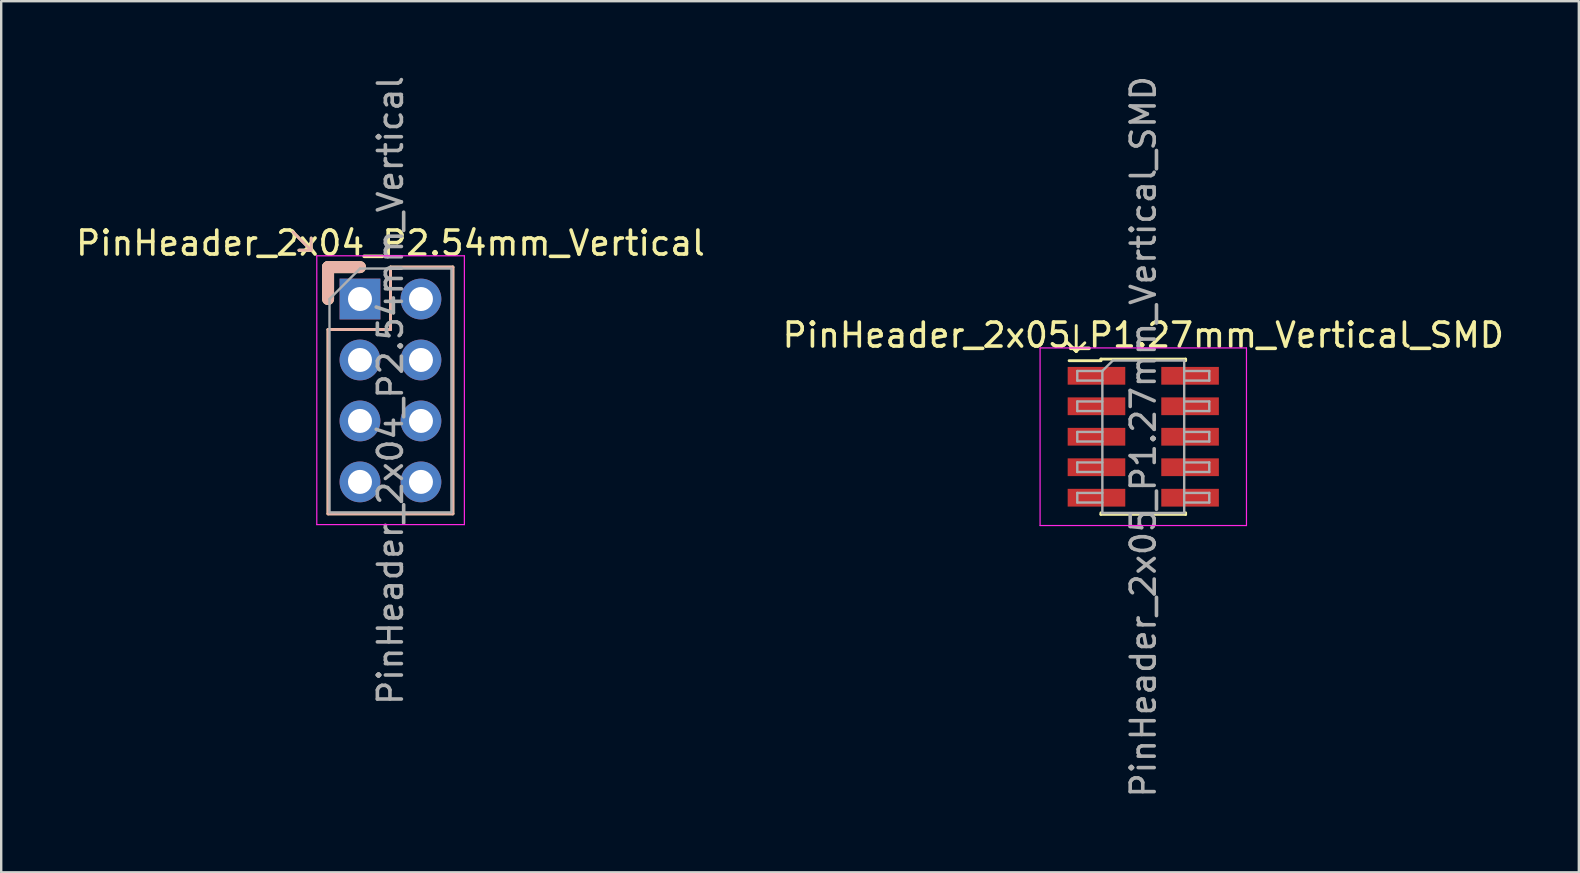
<source format=kicad_pcb>
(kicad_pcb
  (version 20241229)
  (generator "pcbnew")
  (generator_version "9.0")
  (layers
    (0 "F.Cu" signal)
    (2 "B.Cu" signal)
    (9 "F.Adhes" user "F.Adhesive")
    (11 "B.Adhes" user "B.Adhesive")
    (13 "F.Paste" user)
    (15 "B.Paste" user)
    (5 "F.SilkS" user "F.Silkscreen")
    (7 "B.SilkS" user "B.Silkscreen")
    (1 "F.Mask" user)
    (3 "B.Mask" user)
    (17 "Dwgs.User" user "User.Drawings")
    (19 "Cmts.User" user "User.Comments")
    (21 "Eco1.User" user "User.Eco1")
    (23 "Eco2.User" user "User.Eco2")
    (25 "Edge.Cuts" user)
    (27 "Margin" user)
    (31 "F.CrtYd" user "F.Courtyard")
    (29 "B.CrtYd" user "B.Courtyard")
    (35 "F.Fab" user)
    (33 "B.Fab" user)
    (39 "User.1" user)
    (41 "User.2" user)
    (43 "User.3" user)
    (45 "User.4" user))
  (footprint "PinHeader_2x04_P2.54mm_Vertical"
    (layer "F.Cu")
    (at 11.95 9.41)
    (property "Reference" "PinHeader_2x04_P2.54mm_Vertical" (at 1.27 -2.33 0) (unlocked yes) (layer "F.SilkS") (effects (font (size 1 1) (thickness 0.15))))
    (attr through_hole)
    (fp_line (start -2.54 -2.032) (end -2.032 -2.032) (stroke (width 0.12) (type solid)) (layer "F.SilkS"))
    (fp_line (start -2.032 -2.032) (end -2.794 -2.794) (stroke (width 0.12) (type solid)) (layer "F.SilkS"))
    (fp_line (start -2.032 -2.032) (end -2.54 -2.032) (stroke (width 0.12) (type solid)) (layer "F.SilkS"))
    (fp_line (start -2.032 -2.032) (end -2.032 -2.54) (stroke (width 0.12) (type solid)) (layer "F.SilkS"))
    (fp_line (start -1.33 -1.33) (end 0 -1.33) (stroke (width 0.5) (type solid)) (layer "F.SilkS"))
    (fp_line (start -1.33 0) (end -1.33 -1.33) (stroke (width 0.5) (type solid)) (layer "F.SilkS"))
    (fp_line (start -1.33 1.27) (end -1.33 8.95) (stroke (width 0.12) (type solid)) (layer "F.SilkS"))
    (fp_line (start -1.33 1.27) (end 1.27 1.27) (stroke (width 0.12) (type solid)) (layer "F.SilkS"))
    (fp_line (start -1.33 8.95) (end 3.87 8.95) (stroke (width 0.12) (type solid)) (layer "F.SilkS"))
    (fp_line (start 1.27 -1.33) (end 3.87 -1.33) (stroke (width 0.12) (type solid)) (layer "F.SilkS"))
    (fp_line (start 1.27 1.27) (end 1.27 -1.33) (stroke (width 0.12) (type solid)) (layer "F.SilkS"))
    (fp_line (start 3.87 -1.33) (end 3.87 8.95) (stroke (width 0.12) (type solid)) (layer "F.SilkS"))
    (fp_line (start -2.54 -2.032) (end -2.032 -2.032) (stroke (width 0.12) (type solid)) (layer "B.SilkS"))
    (fp_line (start -2.032 -2.032) (end -2.794 -2.794) (stroke (width 0.12) (type solid)) (layer "B.SilkS"))
    (fp_line (start -2.032 -2.032) (end -2.032 -2.54) (stroke (width 0.12) (type solid)) (layer "B.SilkS"))
    (fp_line (start -1.33 -1.33) (end 0 -1.33) (stroke (width 0.5) (type solid)) (layer "B.SilkS"))
    (fp_line (start -1.33 0) (end -1.33 -1.33) (stroke (width 0.5) (type solid)) (layer "B.SilkS"))
    (fp_line (start -1.33 1.27) (end -1.33 8.95) (stroke (width 0.12) (type solid)) (layer "B.SilkS"))
    (fp_line (start -1.33 1.27) (end 1.27 1.27) (stroke (width 0.12) (type solid)) (layer "B.SilkS"))
    (fp_line (start -1.33 8.95) (end 3.87 8.95) (stroke (width 0.12) (type solid)) (layer "B.SilkS"))
    (fp_line (start 1.27 -1.33) (end 3.87 -1.33) (stroke (width 0.12) (type solid)) (layer "B.SilkS"))
    (fp_line (start 1.27 1.27) (end 1.27 -1.33) (stroke (width 0.12) (type solid)) (layer "B.SilkS"))
    (fp_line (start 3.87 -1.33) (end 3.87 8.95) (stroke (width 0.12) (type solid)) (layer "B.SilkS"))
    (fp_line (start -1.8 -1.8) (end -1.8 9.4) (stroke (width 0.05) (type solid)) (layer "F.CrtYd"))
    (fp_line (start -1.8 9.4) (end 4.35 9.4) (stroke (width 0.05) (type solid)) (layer "F.CrtYd"))
    (fp_line (start 4.35 -1.8) (end -1.8 -1.8) (stroke (width 0.05) (type solid)) (layer "F.CrtYd"))
    (fp_line (start 4.35 9.4) (end 4.35 -1.8) (stroke (width 0.05) (type solid)) (layer "F.CrtYd"))
    (fp_line (start -1.27 0) (end 0 -1.27) (stroke (width 0.1) (type solid)) (layer "F.Fab"))
    (fp_line (start -1.27 8.89) (end -1.27 0) (stroke (width 0.1) (type solid)) (layer "F.Fab"))
    (fp_line (start 0 -1.27) (end 3.81 -1.27) (stroke (width 0.1) (type solid)) (layer "F.Fab"))
    (fp_line (start 3.81 -1.27) (end 3.81 8.89) (stroke (width 0.1) (type solid)) (layer "F.Fab"))
    (fp_line (start 3.81 8.89) (end -1.27 8.89) (stroke (width 0.1) (type solid)) (layer "F.Fab"))
    (fp_text user "${REFERENCE}" (at 1.27 3.81 90) (layer "F.Fab") (effects (font (size 1 1) (thickness 0.15))))
    (pad "1" thru_hole rect (at 0 0) (size 1.7 1.7) (drill 1) (layers "*.Cu" "*.Mask"))
    (pad "2" thru_hole oval (at 2.54 0) (size 1.7 1.7) (drill 1) (layers "*.Cu" "*.Mask"))
    (pad "3" thru_hole oval (at 0 2.54) (size 1.7 1.7) (drill 1) (layers "*.Cu" "*.Mask"))
    (pad "4" thru_hole oval (at 2.54 2.54) (size 1.7 1.7) (drill 1) (layers "*.Cu" "*.Mask"))
    (pad "5" thru_hole oval (at 0 5.08) (size 1.7 1.7) (drill 1) (layers "*.Cu" "*.Mask"))
    (pad "6" thru_hole oval (at 2.54 5.08) (size 1.7 1.7) (drill 1) (layers "*.Cu" "*.Mask"))
    (pad "7" thru_hole oval (at 0 7.62) (size 1.7 1.7) (drill 1) (layers "*.Cu" "*.Mask"))
    (pad "8" thru_hole oval (at 2.54 7.62) (size 1.7 1.7) (drill 1) (layers "*.Cu" "*.Mask")))
  (footprint "PinHeader_2x05_P1.27mm_Vertical_SMD"
    (layer "F.Cu")
    (at 44.589 15.149)
    (property "Reference" "PinHeader_2x05_P1.27mm_Vertical_SMD" (at 0 -4.235 0) (layer "F.SilkS") (effects (font (size 1 1) (thickness 0.15))))
    (attr smd)
    (fp_line (start -3.153 -3.915) (end -2.794 -3.556) (stroke (width 0.12) (type solid)) (layer "F.SilkS"))
    (fp_line (start -3.09 -3.17) (end -1.765 -3.17) (stroke (width 0.12) (type solid)) (layer "F.SilkS"))
    (fp_line (start -2.794 -3.556) (end -3.153 -3.915) (stroke (width 0.12) (type solid)) (layer "F.SilkS"))
    (fp_line (start -2.794 -3.556) (end -2.794 -4.634) (stroke (width 0.12) (type solid)) (layer "F.SilkS"))
    (fp_line (start -2.794 -3.556) (end -2.435 -3.915) (stroke (width 0.12) (type solid)) (layer "F.SilkS"))
    (fp_line (start -1.765 -3.235) (end -1.765 -3.17) (stroke (width 0.12) (type solid)) (layer "F.SilkS"))
    (fp_line (start -1.765 -3.235) (end 1.765 -3.235) (stroke (width 0.12) (type solid)) (layer "F.SilkS"))
    (fp_line (start -1.765 3.17) (end -1.765 3.235) (stroke (width 0.12) (type solid)) (layer "F.SilkS"))
    (fp_line (start -1.765 3.235) (end 1.765 3.235) (stroke (width 0.12) (type solid)) (layer "F.SilkS"))
    (fp_line (start 1.765 -3.235) (end 1.765 -3.17) (stroke (width 0.12) (type solid)) (layer "F.SilkS"))
    (fp_line (start 1.765 3.17) (end 1.765 3.235) (stroke (width 0.12) (type solid)) (layer "F.SilkS"))
    (fp_line (start -4.3 -3.7) (end -4.3 3.7) (stroke (width 0.05) (type solid)) (layer "F.CrtYd"))
    (fp_line (start -4.3 3.7) (end 4.3 3.7) (stroke (width 0.05) (type solid)) (layer "F.CrtYd"))
    (fp_line (start 4.3 -3.7) (end -4.3 -3.7) (stroke (width 0.05) (type solid)) (layer "F.CrtYd"))
    (fp_line (start 4.3 3.7) (end 4.3 -3.7) (stroke (width 0.05) (type solid)) (layer "F.CrtYd"))
    (fp_line (start -2.75 -2.74) (end -2.75 -2.34) (stroke (width 0.1) (type solid)) (layer "F.Fab"))
    (fp_line (start -2.75 -2.34) (end -1.705 -2.34) (stroke (width 0.1) (type solid)) (layer "F.Fab"))
    (fp_line (start -2.75 -1.47) (end -2.75 -1.07) (stroke (width 0.1) (type solid)) (layer "F.Fab"))
    (fp_line (start -2.75 -1.07) (end -1.705 -1.07) (stroke (width 0.1) (type solid)) (layer "F.Fab"))
    (fp_line (start -2.75 -0.2) (end -2.75 0.2) (stroke (width 0.1) (type solid)) (layer "F.Fab"))
    (fp_line (start -2.75 0.2) (end -1.705 0.2) (stroke (width 0.1) (type solid)) (layer "F.Fab"))
    (fp_line (start -2.75 1.07) (end -2.75 1.47) (stroke (width 0.1) (type solid)) (layer "F.Fab"))
    (fp_line (start -2.75 1.47) (end -1.705 1.47) (stroke (width 0.1) (type solid)) (layer "F.Fab"))
    (fp_line (start -2.75 2.34) (end -2.75 2.74) (stroke (width 0.1) (type solid)) (layer "F.Fab"))
    (fp_line (start -2.75 2.74) (end -1.705 2.74) (stroke (width 0.1) (type solid)) (layer "F.Fab"))
    (fp_line (start -1.705 -2.74) (end -2.75 -2.74) (stroke (width 0.1) (type solid)) (layer "F.Fab"))
    (fp_line (start -1.705 -2.74) (end -1.27 -3.175) (stroke (width 0.1) (type solid)) (layer "F.Fab"))
    (fp_line (start -1.705 -1.47) (end -2.75 -1.47) (stroke (width 0.1) (type solid)) (layer "F.Fab"))
    (fp_line (start -1.705 -0.2) (end -2.75 -0.2) (stroke (width 0.1) (type solid)) (layer "F.Fab"))
    (fp_line (start -1.705 1.07) (end -2.75 1.07) (stroke (width 0.1) (type solid)) (layer "F.Fab"))
    (fp_line (start -1.705 2.34) (end -2.75 2.34) (stroke (width 0.1) (type solid)) (layer "F.Fab"))
    (fp_line (start -1.705 3.175) (end -1.705 -2.74) (stroke (width 0.1) (type solid)) (layer "F.Fab"))
    (fp_line (start -1.27 -3.175) (end 1.705 -3.175) (stroke (width 0.1) (type solid)) (layer "F.Fab"))
    (fp_line (start 1.705 -3.175) (end 1.705 3.175) (stroke (width 0.1) (type solid)) (layer "F.Fab"))
    (fp_line (start 1.705 -2.74) (end 2.75 -2.74) (stroke (width 0.1) (type solid)) (layer "F.Fab"))
    (fp_line (start 1.705 -1.47) (end 2.75 -1.47) (stroke (width 0.1) (type solid)) (layer "F.Fab"))
    (fp_line (start 1.705 -0.2) (end 2.75 -0.2) (stroke (width 0.1) (type solid)) (layer "F.Fab"))
    (fp_line (start 1.705 1.07) (end 2.75 1.07) (stroke (width 0.1) (type solid)) (layer "F.Fab"))
    (fp_line (start 1.705 2.34) (end 2.75 2.34) (stroke (width 0.1) (type solid)) (layer "F.Fab"))
    (fp_line (start 1.705 3.175) (end -1.705 3.175) (stroke (width 0.1) (type solid)) (layer "F.Fab"))
    (fp_line (start 2.75 -2.74) (end 2.75 -2.34) (stroke (width 0.1) (type solid)) (layer "F.Fab"))
    (fp_line (start 2.75 -2.34) (end 1.705 -2.34) (stroke (width 0.1) (type solid)) (layer "F.Fab"))
    (fp_line (start 2.75 -1.47) (end 2.75 -1.07) (stroke (width 0.1) (type solid)) (layer "F.Fab"))
    (fp_line (start 2.75 -1.07) (end 1.705 -1.07) (stroke (width 0.1) (type solid)) (layer "F.Fab"))
    (fp_line (start 2.75 -0.2) (end 2.75 0.2) (stroke (width 0.1) (type solid)) (layer "F.Fab"))
    (fp_line (start 2.75 0.2) (end 1.705 0.2) (stroke (width 0.1) (type solid)) (layer "F.Fab"))
    (fp_line (start 2.75 1.07) (end 2.75 1.47) (stroke (width 0.1) (type solid)) (layer "F.Fab"))
    (fp_line (start 2.75 1.47) (end 1.705 1.47) (stroke (width 0.1) (type solid)) (layer "F.Fab"))
    (fp_line (start 2.75 2.34) (end 2.75 2.74) (stroke (width 0.1) (type solid)) (layer "F.Fab"))
    (fp_line (start 2.75 2.74) (end 1.705 2.74) (stroke (width 0.1) (type solid)) (layer "F.Fab"))
    (fp_text user "${REFERENCE}" (at 0 0 90) (layer "F.Fab") (effects (font (size 1 1) (thickness 0.15))))
    (pad "1" smd rect (at -1.95 -2.54) (size 2.4 0.74) (layers "F.Cu" "F.Mask" "F.Paste"))
    (pad "2" smd rect (at 1.95 -2.54) (size 2.4 0.74) (layers "F.Cu" "F.Mask" "F.Paste"))
    (pad "3" smd rect (at -1.95 -1.27) (size 2.4 0.74) (layers "F.Cu" "F.Mask" "F.Paste"))
    (pad "4" smd rect (at 1.95 -1.27) (size 2.4 0.74) (layers "F.Cu" "F.Mask" "F.Paste"))
    (pad "5" smd rect (at -1.95 0) (size 2.4 0.74) (layers "F.Cu" "F.Mask" "F.Paste"))
    (pad "6" smd rect (at 1.95 0) (size 2.4 0.74) (layers "F.Cu" "F.Mask" "F.Paste"))
    (pad "7" smd rect (at -1.95 1.27) (size 2.4 0.74) (layers "F.Cu" "F.Mask" "F.Paste"))
    (pad "8" smd rect (at 1.95 1.27) (size 2.4 0.74) (layers "F.Cu" "F.Mask" "F.Paste"))
    (pad "9" smd rect (at -1.95 2.54) (size 2.4 0.74) (layers "F.Cu" "F.Mask" "F.Paste"))
    (pad "10" smd rect (at 1.95 2.54) (size 2.4 0.74) (layers "F.Cu" "F.Mask" "F.Paste")))
  (gr_rect
    (start -3 -3)
    (end 62.738 33.298)
    (stroke (width 0.1) (type default))
    (fill no)
    (layer "Edge.Cuts")))
</source>
